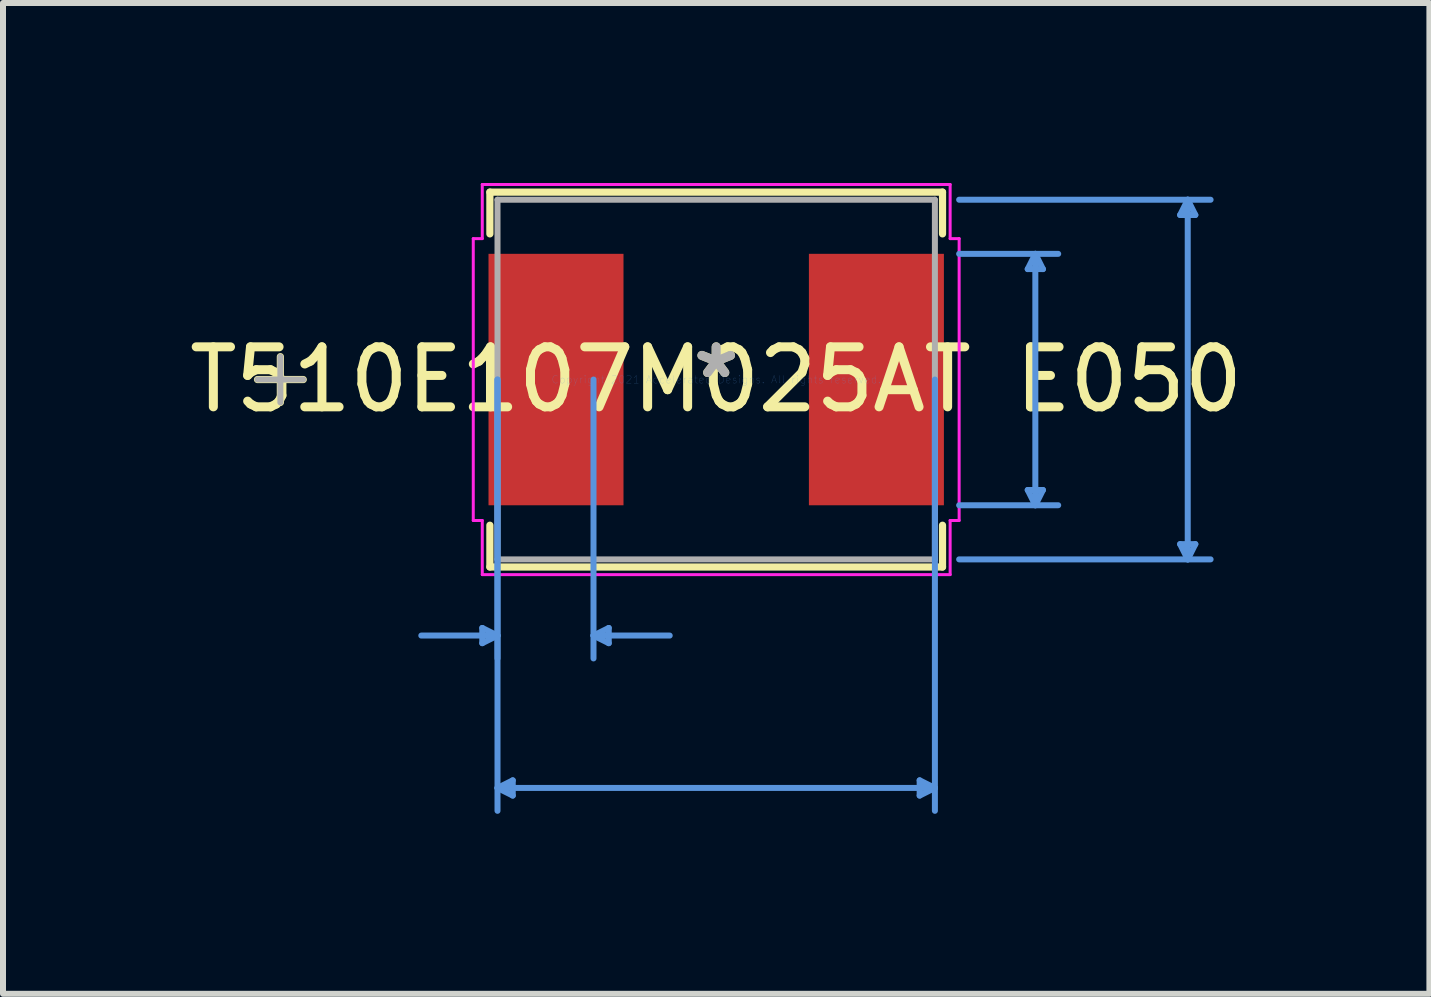
<source format=kicad_pcb>
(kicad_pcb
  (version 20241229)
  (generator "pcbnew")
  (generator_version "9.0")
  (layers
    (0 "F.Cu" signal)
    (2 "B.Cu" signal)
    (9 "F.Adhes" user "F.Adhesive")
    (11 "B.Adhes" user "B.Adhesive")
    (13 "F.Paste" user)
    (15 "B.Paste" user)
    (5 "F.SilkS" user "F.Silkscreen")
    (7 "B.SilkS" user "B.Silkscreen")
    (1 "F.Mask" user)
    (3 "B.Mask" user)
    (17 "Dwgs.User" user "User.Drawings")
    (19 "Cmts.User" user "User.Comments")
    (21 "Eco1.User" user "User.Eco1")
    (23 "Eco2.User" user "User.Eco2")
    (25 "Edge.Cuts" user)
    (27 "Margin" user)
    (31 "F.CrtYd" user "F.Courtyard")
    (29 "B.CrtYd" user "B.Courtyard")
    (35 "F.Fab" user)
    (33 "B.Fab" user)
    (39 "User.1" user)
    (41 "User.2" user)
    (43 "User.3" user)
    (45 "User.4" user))
  (footprint "T510E107M025AT E050"
    (layer "F.Cu")
    (at 8.887 3.276)
    (property "Reference" "T510E107M025AT E050" (at 0 0 0) (layer "F.SilkS") (effects (font (size 1 1) (thickness 0.15))))
    (attr through_hole)
    (fp_line (start -7.264 -0.381) (end -7.264 0.381) (stroke (width 0.12) (type solid)) (layer "F.SilkS"))
    (fp_line (start -6.883 0) (end -7.645 0) (stroke (width 0.12) (type solid)) (layer "F.SilkS"))
    (fp_line (start -3.772 -3.124) (end -3.772 -2.428) (stroke (width 0.12) (type solid)) (layer "F.SilkS"))
    (fp_line (start -3.772 2.428) (end -3.772 3.124) (stroke (width 0.12) (type solid)) (layer "F.SilkS"))
    (fp_line (start -3.772 3.124) (end 3.772 3.124) (stroke (width 0.12) (type solid)) (layer "F.SilkS"))
    (fp_line (start 3.772 -3.124) (end -3.772 -3.124) (stroke (width 0.12) (type solid)) (layer "F.SilkS"))
    (fp_line (start 3.772 -2.428) (end 3.772 -3.124) (stroke (width 0.12) (type solid)) (layer "F.SilkS"))
    (fp_line (start 3.772 3.124) (end 3.772 2.428) (stroke (width 0.12) (type solid)) (layer "F.SilkS"))
    (fp_line (start -3.899 4.14) (end -3.899 4.394) (stroke (width 0.1) (type solid)) (layer "Cmts.User"))
    (fp_line (start -3.645 0) (end -3.645 4.648) (stroke (width 0.1) (type solid)) (layer "Cmts.User"))
    (fp_line (start -3.645 0) (end -3.645 7.188) (stroke (width 0.1) (type solid)) (layer "Cmts.User"))
    (fp_line (start -3.645 4.267) (end -4.915 4.267) (stroke (width 0.1) (type solid)) (layer "Cmts.User"))
    (fp_line (start -3.645 4.267) (end -3.899 4.14) (stroke (width 0.1) (type solid)) (layer "Cmts.User"))
    (fp_line (start -3.645 4.267) (end -3.899 4.394) (stroke (width 0.1) (type solid)) (layer "Cmts.User"))
    (fp_line (start -3.645 6.807) (end -3.391 6.68) (stroke (width 0.1) (type solid)) (layer "Cmts.User"))
    (fp_line (start -3.645 6.807) (end -3.391 6.934) (stroke (width 0.1) (type solid)) (layer "Cmts.User"))
    (fp_line (start -3.645 6.807) (end 3.645 6.807) (stroke (width 0.1) (type solid)) (layer "Cmts.User"))
    (fp_line (start -3.391 6.68) (end -3.391 6.934) (stroke (width 0.1) (type solid)) (layer "Cmts.User"))
    (fp_line (start -2.045 0) (end -2.045 4.648) (stroke (width 0.1) (type solid)) (layer "Cmts.User"))
    (fp_line (start -2.045 4.267) (end -1.791 4.14) (stroke (width 0.1) (type solid)) (layer "Cmts.User"))
    (fp_line (start -2.045 4.267) (end -1.791 4.394) (stroke (width 0.1) (type solid)) (layer "Cmts.User"))
    (fp_line (start -2.045 4.267) (end -0.775 4.267) (stroke (width 0.1) (type solid)) (layer "Cmts.User"))
    (fp_line (start -1.791 4.14) (end -1.791 4.394) (stroke (width 0.1) (type solid)) (layer "Cmts.User"))
    (fp_line (start 3.391 6.68) (end 3.391 6.934) (stroke (width 0.1) (type solid)) (layer "Cmts.User"))
    (fp_line (start 3.645 0) (end 3.645 7.188) (stroke (width 0.1) (type solid)) (layer "Cmts.User"))
    (fp_line (start 3.645 6.807) (end 3.391 6.68) (stroke (width 0.1) (type solid)) (layer "Cmts.User"))
    (fp_line (start 3.645 6.807) (end 3.391 6.934) (stroke (width 0.1) (type solid)) (layer "Cmts.User"))
    (fp_line (start 4.049 -2.997) (end 8.24 -2.997) (stroke (width 0.1) (type solid)) (layer "Cmts.User"))
    (fp_line (start 4.049 -2.095) (end 5.7 -2.095) (stroke (width 0.1) (type solid)) (layer "Cmts.User"))
    (fp_line (start 4.049 2.095) (end 5.7 2.095) (stroke (width 0.1) (type solid)) (layer "Cmts.User"))
    (fp_line (start 4.049 2.997) (end 8.24 2.997) (stroke (width 0.1) (type solid)) (layer "Cmts.User"))
    (fp_line (start 5.192 -1.841) (end 5.446 -1.841) (stroke (width 0.1) (type solid)) (layer "Cmts.User"))
    (fp_line (start 5.192 1.841) (end 5.446 1.841) (stroke (width 0.1) (type solid)) (layer "Cmts.User"))
    (fp_line (start 5.319 -2.095) (end 5.192 -1.841) (stroke (width 0.1) (type solid)) (layer "Cmts.User"))
    (fp_line (start 5.319 -2.095) (end 5.319 2.095) (stroke (width 0.1) (type solid)) (layer "Cmts.User"))
    (fp_line (start 5.319 -2.095) (end 5.446 -1.841) (stroke (width 0.1) (type solid)) (layer "Cmts.User"))
    (fp_line (start 5.319 2.095) (end 5.192 1.841) (stroke (width 0.1) (type solid)) (layer "Cmts.User"))
    (fp_line (start 5.319 2.095) (end 5.446 1.841) (stroke (width 0.1) (type solid)) (layer "Cmts.User"))
    (fp_line (start 7.732 -2.743) (end 7.986 -2.743) (stroke (width 0.1) (type solid)) (layer "Cmts.User"))
    (fp_line (start 7.732 2.743) (end 7.986 2.743) (stroke (width 0.1) (type solid)) (layer "Cmts.User"))
    (fp_line (start 7.859 -2.997) (end 7.732 -2.743) (stroke (width 0.1) (type solid)) (layer "Cmts.User"))
    (fp_line (start 7.859 -2.997) (end 7.859 2.997) (stroke (width 0.1) (type solid)) (layer "Cmts.User"))
    (fp_line (start 7.859 -2.997) (end 7.986 -2.743) (stroke (width 0.1) (type solid)) (layer "Cmts.User"))
    (fp_line (start 7.859 2.997) (end 7.732 2.743) (stroke (width 0.1) (type solid)) (layer "Cmts.User"))
    (fp_line (start 7.859 2.997) (end 7.986 2.743) (stroke (width 0.1) (type solid)) (layer "Cmts.User"))
    (fp_line (start -4.049 -2.349) (end -3.899 -2.349) (stroke (width 0.05) (type solid)) (layer "F.CrtYd"))
    (fp_line (start -4.049 2.349) (end -4.049 -2.349) (stroke (width 0.05) (type solid)) (layer "F.CrtYd"))
    (fp_line (start -3.899 -3.251) (end 3.899 -3.251) (stroke (width 0.05) (type solid)) (layer "F.CrtYd"))
    (fp_line (start -3.899 -2.349) (end -3.899 -3.251) (stroke (width 0.05) (type solid)) (layer "F.CrtYd"))
    (fp_line (start -3.899 2.349) (end -4.049 2.349) (stroke (width 0.05) (type solid)) (layer "F.CrtYd"))
    (fp_line (start -3.899 3.251) (end -3.899 2.349) (stroke (width 0.05) (type solid)) (layer "F.CrtYd"))
    (fp_line (start 3.899 -3.251) (end 3.899 -2.349) (stroke (width 0.05) (type solid)) (layer "F.CrtYd"))
    (fp_line (start 3.899 -2.349) (end 4.049 -2.349) (stroke (width 0.05) (type solid)) (layer "F.CrtYd"))
    (fp_line (start 3.899 2.349) (end 3.899 3.251) (stroke (width 0.05) (type solid)) (layer "F.CrtYd"))
    (fp_line (start 3.899 3.251) (end -3.899 3.251) (stroke (width 0.05) (type solid)) (layer "F.CrtYd"))
    (fp_line (start 4.049 -2.349) (end 4.049 2.349) (stroke (width 0.05) (type solid)) (layer "F.CrtYd"))
    (fp_line (start 4.049 2.349) (end 3.899 2.349) (stroke (width 0.05) (type solid)) (layer "F.CrtYd"))
    (fp_line (start -7.264 -0.381) (end -7.264 0.381) (stroke (width 0.1) (type solid)) (layer "F.Fab"))
    (fp_line (start -6.883 0) (end -7.645 0) (stroke (width 0.1) (type solid)) (layer "F.Fab"))
    (fp_line (start -3.645 -2.997) (end -3.645 2.997) (stroke (width 0.1) (type solid)) (layer "F.Fab"))
    (fp_line (start -3.645 2.997) (end 3.645 2.997) (stroke (width 0.1) (type solid)) (layer "F.Fab"))
    (fp_line (start 3.645 -2.997) (end -3.645 -2.997) (stroke (width 0.1) (type solid)) (layer "F.Fab"))
    (fp_line (start 3.645 2.997) (end 3.645 -2.997) (stroke (width 0.1) (type solid)) (layer "F.Fab"))
    (fp_text user "*" (at 0 0 0) (layer "F.SilkS") (effects (font (size 1 1) (thickness 0.15))))
    (fp_text user "Copyright 2021 Accelerated Designs. All rights reserved." (at 0 0 0) (layer "Cmts.User") (effects (font (size 0.127 0.127) (thickness 0.002))))
    (fp_text user "*" (at 0 0 0) (layer "F.Fab") (effects (font (size 1 1) (thickness 0.15))))
    (pad "1" smd rect (at -2.67 0 90) (size 4.191 2.25) (layers "F.Cu" "F.Mask" "F.Paste"))
    (pad "2" smd rect (at 2.67 0 90) (size 4.191 2.25) (layers "F.Cu" "F.Mask" "F.Paste")))
  (gr_rect
    (start -3 -3)
    (end 20.774 13.514)
    (stroke (width 0.1) (type default))
    (fill no)
    (layer "Edge.Cuts")))
</source>
